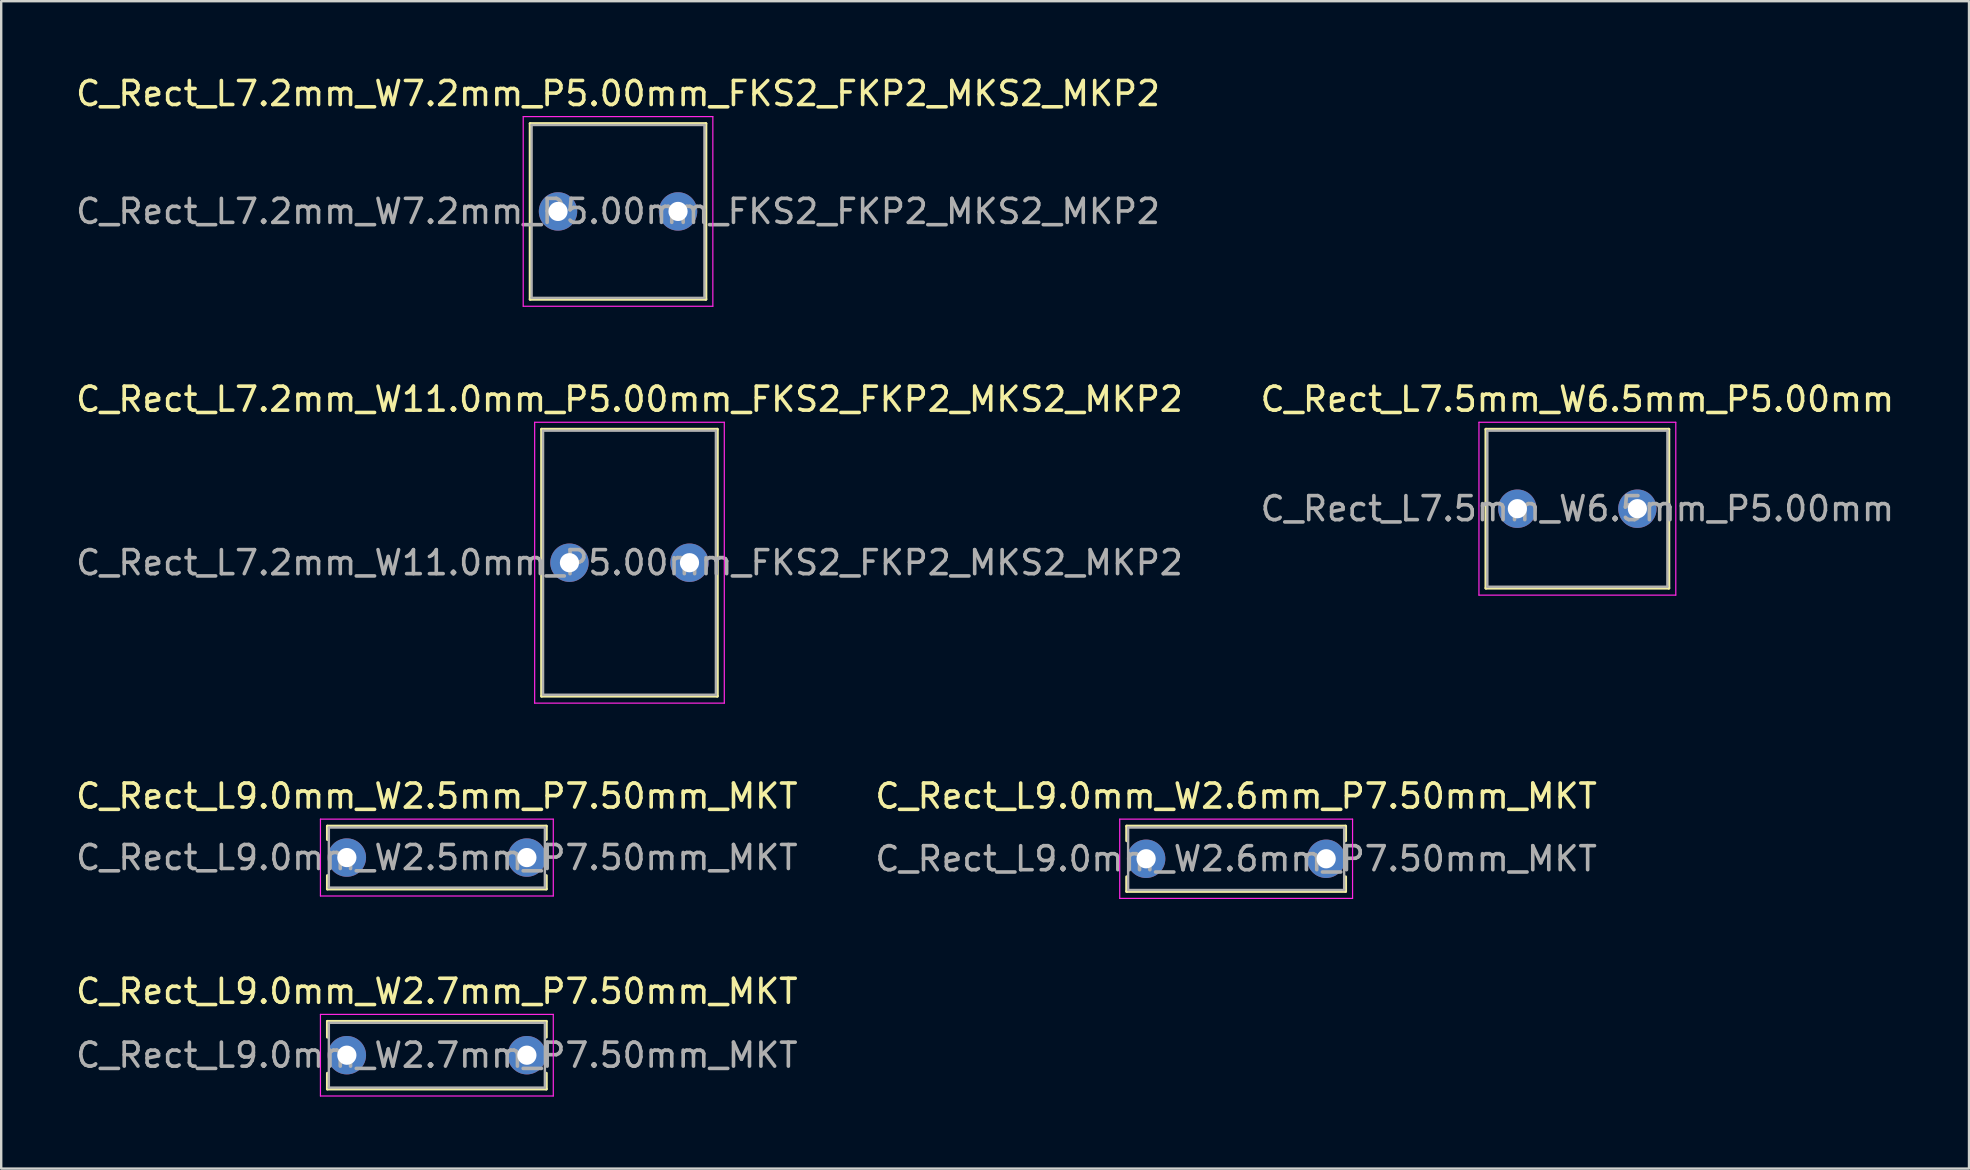
<source format=kicad_pcb>
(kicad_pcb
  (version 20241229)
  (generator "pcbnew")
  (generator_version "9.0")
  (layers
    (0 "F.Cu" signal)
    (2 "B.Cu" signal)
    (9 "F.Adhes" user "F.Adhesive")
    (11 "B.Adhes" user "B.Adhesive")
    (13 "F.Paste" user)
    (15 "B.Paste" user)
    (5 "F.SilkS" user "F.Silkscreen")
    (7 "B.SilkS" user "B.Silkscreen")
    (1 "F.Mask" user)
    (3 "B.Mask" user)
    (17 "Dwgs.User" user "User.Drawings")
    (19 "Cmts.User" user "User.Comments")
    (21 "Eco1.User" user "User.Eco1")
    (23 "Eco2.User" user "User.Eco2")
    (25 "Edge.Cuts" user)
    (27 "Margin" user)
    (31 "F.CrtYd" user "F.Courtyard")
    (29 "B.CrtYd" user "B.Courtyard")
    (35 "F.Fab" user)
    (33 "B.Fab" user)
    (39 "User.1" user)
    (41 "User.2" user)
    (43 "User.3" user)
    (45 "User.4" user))
  (footprint "C_Rect_L7.2mm_W11.0mm_P5.00mm_FKS2_FKP2_MKS2_MKP2"
    (layer "F.Cu")
    (at 20.673 20.392)
    (property "Reference" "C_Rect_L7.2mm_W11.0mm_P5.00mm_FKS2_FKP2_MKS2_MKP2" (at 2.5 -6.81 0) (layer "F.SilkS") (effects (font (size 1 1) (thickness 0.15))))
    (attr through_hole)
    (fp_line (start -1.16 -5.56) (end -1.16 5.56) (stroke (width 0.12) (type solid)) (layer "F.SilkS"))
    (fp_line (start -1.16 -5.56) (end 6.16 -5.56) (stroke (width 0.12) (type solid)) (layer "F.SilkS"))
    (fp_line (start -1.16 5.56) (end 6.16 5.56) (stroke (width 0.12) (type solid)) (layer "F.SilkS"))
    (fp_line (start 6.16 -5.56) (end 6.16 5.56) (stroke (width 0.12) (type solid)) (layer "F.SilkS"))
    (fp_line (start -1.45 -5.85) (end -1.45 5.85) (stroke (width 0.05) (type solid)) (layer "F.CrtYd"))
    (fp_line (start -1.45 5.85) (end 6.45 5.85) (stroke (width 0.05) (type solid)) (layer "F.CrtYd"))
    (fp_line (start 6.45 -5.85) (end -1.45 -5.85) (stroke (width 0.05) (type solid)) (layer "F.CrtYd"))
    (fp_line (start 6.45 5.85) (end 6.45 -5.85) (stroke (width 0.05) (type solid)) (layer "F.CrtYd"))
    (fp_line (start -1.1 -5.5) (end -1.1 5.5) (stroke (width 0.1) (type solid)) (layer "F.Fab"))
    (fp_line (start -1.1 5.5) (end 6.1 5.5) (stroke (width 0.1) (type solid)) (layer "F.Fab"))
    (fp_line (start 6.1 -5.5) (end -1.1 -5.5) (stroke (width 0.1) (type solid)) (layer "F.Fab"))
    (fp_line (start 6.1 5.5) (end 6.1 -5.5) (stroke (width 0.1) (type solid)) (layer "F.Fab"))
    (fp_text user "${REFERENCE}" (at 2.5 0 0) (layer "F.Fab") (effects (font (size 1 1) (thickness 0.15))))
    (pad "1" thru_hole circle (at 0 0) (size 1.6 1.6) (drill 0.8) (layers "*.Cu" "*.Mask"))
    (pad "2" thru_hole circle (at 5 0) (size 1.6 1.6) (drill 0.8) (layers "*.Cu" "*.Mask")))
  (footprint "C_Rect_L9.0mm_W2.5mm_P7.50mm_MKT"
    (layer "F.Cu")
    (at 11.399 32.675)
    (property "Reference" "C_Rect_L9.0mm_W2.5mm_P7.50mm_MKT" (at 3.75 -2.56 0) (layer "F.SilkS") (effects (font (size 1 1) (thickness 0.15))))
    (attr through_hole)
    (fp_line (start -0.81 -1.31) (end -0.81 -0.75) (stroke (width 0.12) (type solid)) (layer "F.SilkS"))
    (fp_line (start -0.81 -1.31) (end 8.31 -1.31) (stroke (width 0.12) (type solid)) (layer "F.SilkS"))
    (fp_line (start -0.81 0.75) (end -0.81 1.31) (stroke (width 0.12) (type solid)) (layer "F.SilkS"))
    (fp_line (start -0.81 1.31) (end 8.31 1.31) (stroke (width 0.12) (type solid)) (layer "F.SilkS"))
    (fp_line (start 8.31 -1.31) (end 8.31 -0.75) (stroke (width 0.12) (type solid)) (layer "F.SilkS"))
    (fp_line (start 8.31 0.75) (end 8.31 1.31) (stroke (width 0.12) (type solid)) (layer "F.SilkS"))
    (fp_line (start -1.1 -1.6) (end -1.1 1.6) (stroke (width 0.05) (type solid)) (layer "F.CrtYd"))
    (fp_line (start -1.1 1.6) (end 8.6 1.6) (stroke (width 0.05) (type solid)) (layer "F.CrtYd"))
    (fp_line (start 8.6 -1.6) (end -1.1 -1.6) (stroke (width 0.05) (type solid)) (layer "F.CrtYd"))
    (fp_line (start 8.6 1.6) (end 8.6 -1.6) (stroke (width 0.05) (type solid)) (layer "F.CrtYd"))
    (fp_line (start -0.75 -1.25) (end -0.75 1.25) (stroke (width 0.1) (type solid)) (layer "F.Fab"))
    (fp_line (start -0.75 1.25) (end 8.25 1.25) (stroke (width 0.1) (type solid)) (layer "F.Fab"))
    (fp_line (start 8.25 -1.25) (end -0.75 -1.25) (stroke (width 0.1) (type solid)) (layer "F.Fab"))
    (fp_line (start 8.25 1.25) (end 8.25 -1.25) (stroke (width 0.1) (type solid)) (layer "F.Fab"))
    (fp_text user "${REFERENCE}" (at 3.75 0 0) (layer "F.Fab") (effects (font (size 1 1) (thickness 0.15))))
    (pad "1" thru_hole circle (at 0 0) (size 1.6 1.6) (drill 0.8) (layers "*.Cu" "*.Mask"))
    (pad "2" thru_hole circle (at 7.5 0) (size 1.6 1.6) (drill 0.8) (layers "*.Cu" "*.Mask")))
  (footprint "C_Rect_L9.0mm_W2.7mm_P7.50mm_MKT"
    (layer "F.Cu")
    (at 11.399 40.908)
    (property "Reference" "C_Rect_L9.0mm_W2.7mm_P7.50mm_MKT" (at 3.75 -2.66 0) (layer "F.SilkS") (effects (font (size 1 1) (thickness 0.15))))
    (attr through_hole)
    (fp_line (start -0.81 -1.41) (end -0.81 -0.75) (stroke (width 0.12) (type solid)) (layer "F.SilkS"))
    (fp_line (start -0.81 -1.41) (end 8.31 -1.41) (stroke (width 0.12) (type solid)) (layer "F.SilkS"))
    (fp_line (start -0.81 0.75) (end -0.81 1.41) (stroke (width 0.12) (type solid)) (layer "F.SilkS"))
    (fp_line (start -0.81 1.41) (end 8.31 1.41) (stroke (width 0.12) (type solid)) (layer "F.SilkS"))
    (fp_line (start 8.31 -1.41) (end 8.31 -0.75) (stroke (width 0.12) (type solid)) (layer "F.SilkS"))
    (fp_line (start 8.31 0.75) (end 8.31 1.41) (stroke (width 0.12) (type solid)) (layer "F.SilkS"))
    (fp_line (start -1.1 -1.7) (end -1.1 1.7) (stroke (width 0.05) (type solid)) (layer "F.CrtYd"))
    (fp_line (start -1.1 1.7) (end 8.6 1.7) (stroke (width 0.05) (type solid)) (layer "F.CrtYd"))
    (fp_line (start 8.6 -1.7) (end -1.1 -1.7) (stroke (width 0.05) (type solid)) (layer "F.CrtYd"))
    (fp_line (start 8.6 1.7) (end 8.6 -1.7) (stroke (width 0.05) (type solid)) (layer "F.CrtYd"))
    (fp_line (start -0.75 -1.35) (end -0.75 1.35) (stroke (width 0.1) (type solid)) (layer "F.Fab"))
    (fp_line (start -0.75 1.35) (end 8.25 1.35) (stroke (width 0.1) (type solid)) (layer "F.Fab"))
    (fp_line (start 8.25 -1.35) (end -0.75 -1.35) (stroke (width 0.1) (type solid)) (layer "F.Fab"))
    (fp_line (start 8.25 1.35) (end 8.25 -1.35) (stroke (width 0.1) (type solid)) (layer "F.Fab"))
    (fp_text user "${REFERENCE}" (at 3.75 0 0) (layer "F.Fab") (effects (font (size 1 1) (thickness 0.15))))
    (pad "1" thru_hole circle (at 0 0) (size 1.6 1.6) (drill 0.8) (layers "*.Cu" "*.Mask"))
    (pad "2" thru_hole circle (at 7.5 0) (size 1.6 1.6) (drill 0.8) (layers "*.Cu" "*.Mask")))
  (footprint "C_Rect_L7.5mm_W6.5mm_P5.00mm"
    (layer "F.Cu")
    (at 60.161 18.142)
    (property "Reference" "C_Rect_L7.5mm_W6.5mm_P5.00mm" (at 2.5 -4.56 0) (layer "F.SilkS") (effects (font (size 1 1) (thickness 0.15))))
    (attr through_hole)
    (fp_line (start -1.31 -3.31) (end -1.31 3.31) (stroke (width 0.12) (type solid)) (layer "F.SilkS"))
    (fp_line (start -1.31 -3.31) (end 6.31 -3.31) (stroke (width 0.12) (type solid)) (layer "F.SilkS"))
    (fp_line (start -1.31 3.31) (end 6.31 3.31) (stroke (width 0.12) (type solid)) (layer "F.SilkS"))
    (fp_line (start 6.31 -3.31) (end 6.31 3.31) (stroke (width 0.12) (type solid)) (layer "F.SilkS"))
    (fp_line (start -1.6 -3.6) (end -1.6 3.6) (stroke (width 0.05) (type solid)) (layer "F.CrtYd"))
    (fp_line (start -1.6 3.6) (end 6.6 3.6) (stroke (width 0.05) (type solid)) (layer "F.CrtYd"))
    (fp_line (start 6.6 -3.6) (end -1.6 -3.6) (stroke (width 0.05) (type solid)) (layer "F.CrtYd"))
    (fp_line (start 6.6 3.6) (end 6.6 -3.6) (stroke (width 0.05) (type solid)) (layer "F.CrtYd"))
    (fp_line (start -1.25 -3.25) (end -1.25 3.25) (stroke (width 0.1) (type solid)) (layer "F.Fab"))
    (fp_line (start -1.25 3.25) (end 6.25 3.25) (stroke (width 0.1) (type solid)) (layer "F.Fab"))
    (fp_line (start 6.25 -3.25) (end -1.25 -3.25) (stroke (width 0.1) (type solid)) (layer "F.Fab"))
    (fp_line (start 6.25 3.25) (end 6.25 -3.25) (stroke (width 0.1) (type solid)) (layer "F.Fab"))
    (fp_text user "${REFERENCE}" (at 2.5 0 0) (layer "F.Fab") (effects (font (size 1 1) (thickness 0.15))))
    (pad "1" thru_hole circle (at 0 0) (size 1.6 1.6) (drill 0.8) (layers "*.Cu" "*.Mask"))
    (pad "2" thru_hole circle (at 5 0) (size 1.6 1.6) (drill 0.8) (layers "*.Cu" "*.Mask")))
  (footprint "C_Rect_L9.0mm_W2.6mm_P7.50mm_MKT"
    (layer "F.Cu")
    (at 44.696 32.725)
    (property "Reference" "C_Rect_L9.0mm_W2.6mm_P7.50mm_MKT" (at 3.75 -2.61 0) (layer "F.SilkS") (effects (font (size 1 1) (thickness 0.15))))
    (attr through_hole)
    (fp_line (start -0.81 -1.36) (end -0.81 -0.75) (stroke (width 0.12) (type solid)) (layer "F.SilkS"))
    (fp_line (start -0.81 -1.36) (end 8.31 -1.36) (stroke (width 0.12) (type solid)) (layer "F.SilkS"))
    (fp_line (start -0.81 0.75) (end -0.81 1.36) (stroke (width 0.12) (type solid)) (layer "F.SilkS"))
    (fp_line (start -0.81 1.36) (end 8.31 1.36) (stroke (width 0.12) (type solid)) (layer "F.SilkS"))
    (fp_line (start 8.31 -1.36) (end 8.31 -0.75) (stroke (width 0.12) (type solid)) (layer "F.SilkS"))
    (fp_line (start 8.31 0.75) (end 8.31 1.36) (stroke (width 0.12) (type solid)) (layer "F.SilkS"))
    (fp_line (start -1.1 -1.65) (end -1.1 1.65) (stroke (width 0.05) (type solid)) (layer "F.CrtYd"))
    (fp_line (start -1.1 1.65) (end 8.6 1.65) (stroke (width 0.05) (type solid)) (layer "F.CrtYd"))
    (fp_line (start 8.6 -1.65) (end -1.1 -1.65) (stroke (width 0.05) (type solid)) (layer "F.CrtYd"))
    (fp_line (start 8.6 1.65) (end 8.6 -1.65) (stroke (width 0.05) (type solid)) (layer "F.CrtYd"))
    (fp_line (start -0.75 -1.3) (end -0.75 1.3) (stroke (width 0.1) (type solid)) (layer "F.Fab"))
    (fp_line (start -0.75 1.3) (end 8.25 1.3) (stroke (width 0.1) (type solid)) (layer "F.Fab"))
    (fp_line (start 8.25 -1.3) (end -0.75 -1.3) (stroke (width 0.1) (type solid)) (layer "F.Fab"))
    (fp_line (start 8.25 1.3) (end 8.25 -1.3) (stroke (width 0.1) (type solid)) (layer "F.Fab"))
    (fp_text user "${REFERENCE}" (at 3.75 0 0) (layer "F.Fab") (effects (font (size 1 1) (thickness 0.15))))
    (pad "1" thru_hole circle (at 0 0) (size 1.6 1.6) (drill 0.8) (layers "*.Cu" "*.Mask"))
    (pad "2" thru_hole circle (at 7.5 0) (size 1.6 1.6) (drill 0.8) (layers "*.Cu" "*.Mask")))
  (footprint "C_Rect_L7.2mm_W7.2mm_P5.00mm_FKS2_FKP2_MKS2_MKP2"
    (layer "F.Cu")
    (at 20.196 5.758)
    (property "Reference" "C_Rect_L7.2mm_W7.2mm_P5.00mm_FKS2_FKP2_MKS2_MKP2" (at 2.5 -4.91 0) (layer "F.SilkS") (effects (font (size 1 1) (thickness 0.15))))
    (attr through_hole)
    (fp_line (start -1.16 -3.66) (end -1.16 3.66) (stroke (width 0.12) (type solid)) (layer "F.SilkS"))
    (fp_line (start -1.16 -3.66) (end 6.16 -3.66) (stroke (width 0.12) (type solid)) (layer "F.SilkS"))
    (fp_line (start -1.16 3.66) (end 6.16 3.66) (stroke (width 0.12) (type solid)) (layer "F.SilkS"))
    (fp_line (start 6.16 -3.66) (end 6.16 3.66) (stroke (width 0.12) (type solid)) (layer "F.SilkS"))
    (fp_line (start -1.45 -3.95) (end -1.45 3.95) (stroke (width 0.05) (type solid)) (layer "F.CrtYd"))
    (fp_line (start -1.45 3.95) (end 6.45 3.95) (stroke (width 0.05) (type solid)) (layer "F.CrtYd"))
    (fp_line (start 6.45 -3.95) (end -1.45 -3.95) (stroke (width 0.05) (type solid)) (layer "F.CrtYd"))
    (fp_line (start 6.45 3.95) (end 6.45 -3.95) (stroke (width 0.05) (type solid)) (layer "F.CrtYd"))
    (fp_line (start -1.1 -3.6) (end -1.1 3.6) (stroke (width 0.1) (type solid)) (layer "F.Fab"))
    (fp_line (start -1.1 3.6) (end 6.1 3.6) (stroke (width 0.1) (type solid)) (layer "F.Fab"))
    (fp_line (start 6.1 -3.6) (end -1.1 -3.6) (stroke (width 0.1) (type solid)) (layer "F.Fab"))
    (fp_line (start 6.1 3.6) (end 6.1 -3.6) (stroke (width 0.1) (type solid)) (layer "F.Fab"))
    (fp_text user "${REFERENCE}" (at 2.5 0 0) (layer "F.Fab") (effects (font (size 1 1) (thickness 0.15))))
    (pad "1" thru_hole circle (at 0 0) (size 1.6 1.6) (drill 0.8) (layers "*.Cu" "*.Mask"))
    (pad "2" thru_hole circle (at 5 0) (size 1.6 1.6) (drill 0.8) (layers "*.Cu" "*.Mask")))
  (gr_rect
    (start -3 -3)
    (end 78.976 45.633)
    (stroke (width 0.1) (type default))
    (fill no)
    (layer "Edge.Cuts")))
</source>
